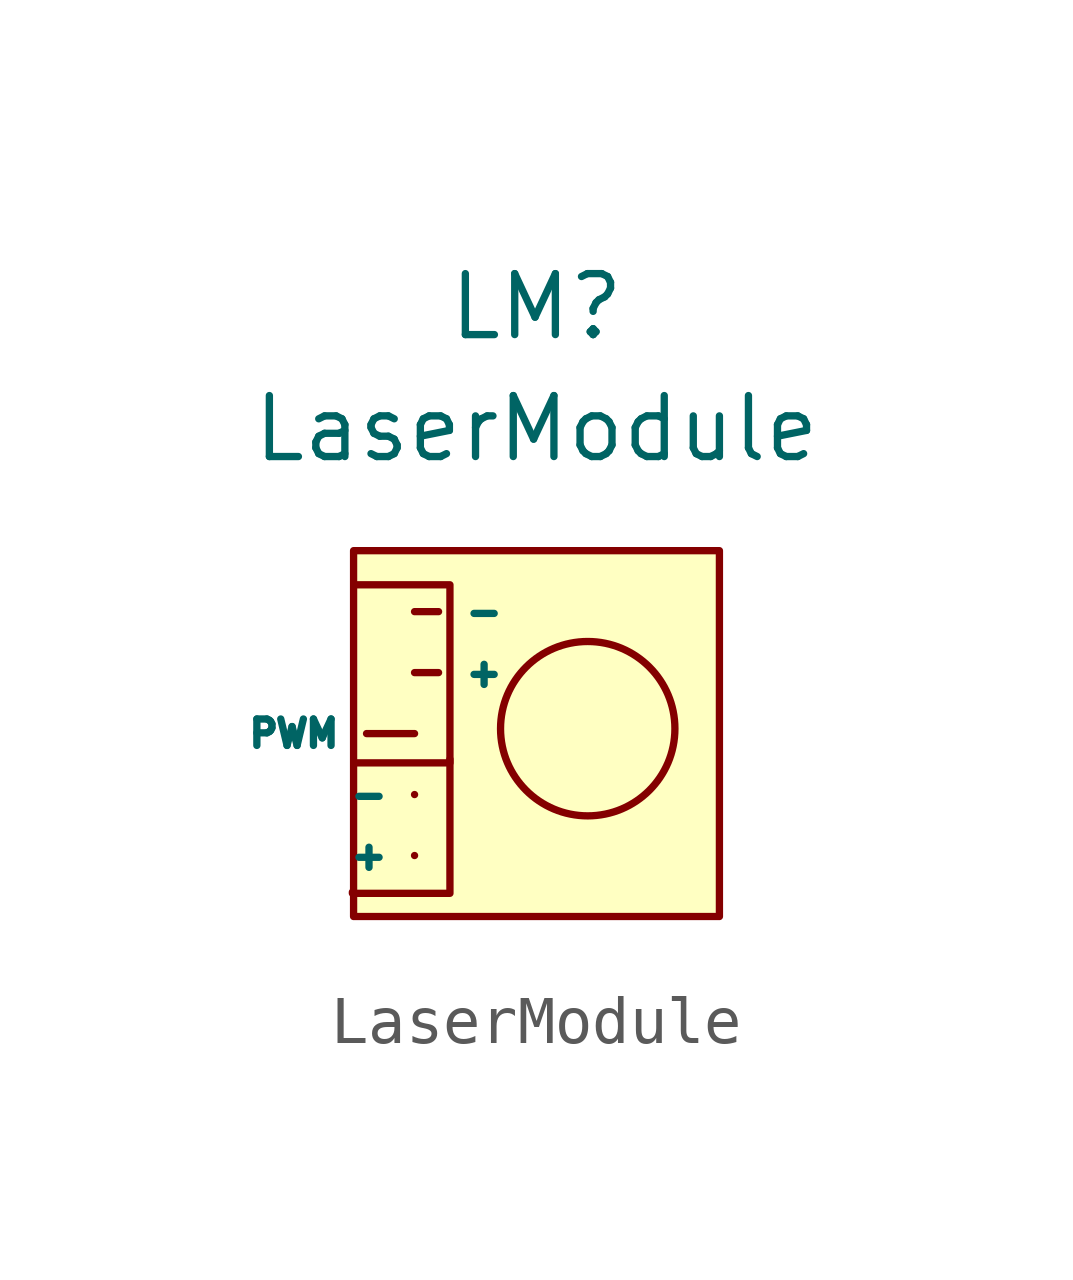
<source format=kicad_sym>
(kicad_symbol_lib
  (version 20211014)
  (generator kicad_symbol_editor)
  (symbol "LaserModule"
    (pin_numbers hide)
    (property "Reference" "LM"
      (at 0 2.54 0)
      (effects (font (size 1.27 1.27))))
    (property "Value" "LaserModule"
      (at 0 0 0)
      (effects (font (size 1.27 1.27))))
    (symbol "LaserModule_0_0"
      (rectangle (start -3.81 -2.54) (end 3.81 -10.16) (stroke (width 0) (type default) (color 0 0 0 0)) (fill (type background)))
      (polyline (pts (xy -3.759 -6.96) (xy -1.803 -6.96) (xy -1.803 -3.251) (xy -3.759 -3.251)) (stroke (width 0) (type default) (color 0 0 0 0)) (fill (type none)))
      (polyline (pts (xy -1.803 -6.883) (xy -1.803 -9.677) (xy -3.835 -9.677) (xy -3.835 -9.652)) (stroke (width 0) (type default) (color 0 0 0 0)) (fill (type none)))
      (circle (center 1.067 -6.248) (radius 1.816) (stroke (width 0) (type default) (color 0 0 0 0)) (fill (type none))))
    (symbol "LaserModule_1_1"
      (pin input line (at -2.54 -8.89 180) (length 0) (name "+" (effects (font (size 0.55 0.55)))) (number "" (effects (font (size 1.27 1.27)))))
      (pin input line (at -2.54 -5.08 0) (length 0.5) (name "+" (effects (font (size 0.55 0.55)))) (number "" (effects (font (size 1.27 1.27)))))
      (pin input line (at -2.54 -7.62 180) (length 0) (name "-" (effects (font (size 0.55 0.55)))) (number "" (effects (font (size 1.27 1.27)))))
      (pin input line (at -2.54 -6.35 180) (length 1) (name "PWM" (effects (font (size 0.55 0.55)))) (number "" (effects (font (size 1.27 1.27)))))
      (pin input line (at -2.54 -3.81 0) (length 0.5) (name "-" (effects (font (size 0.55 0.55)))) (number "0" (effects (font (size 1.27 1.27))))))))
</source>
